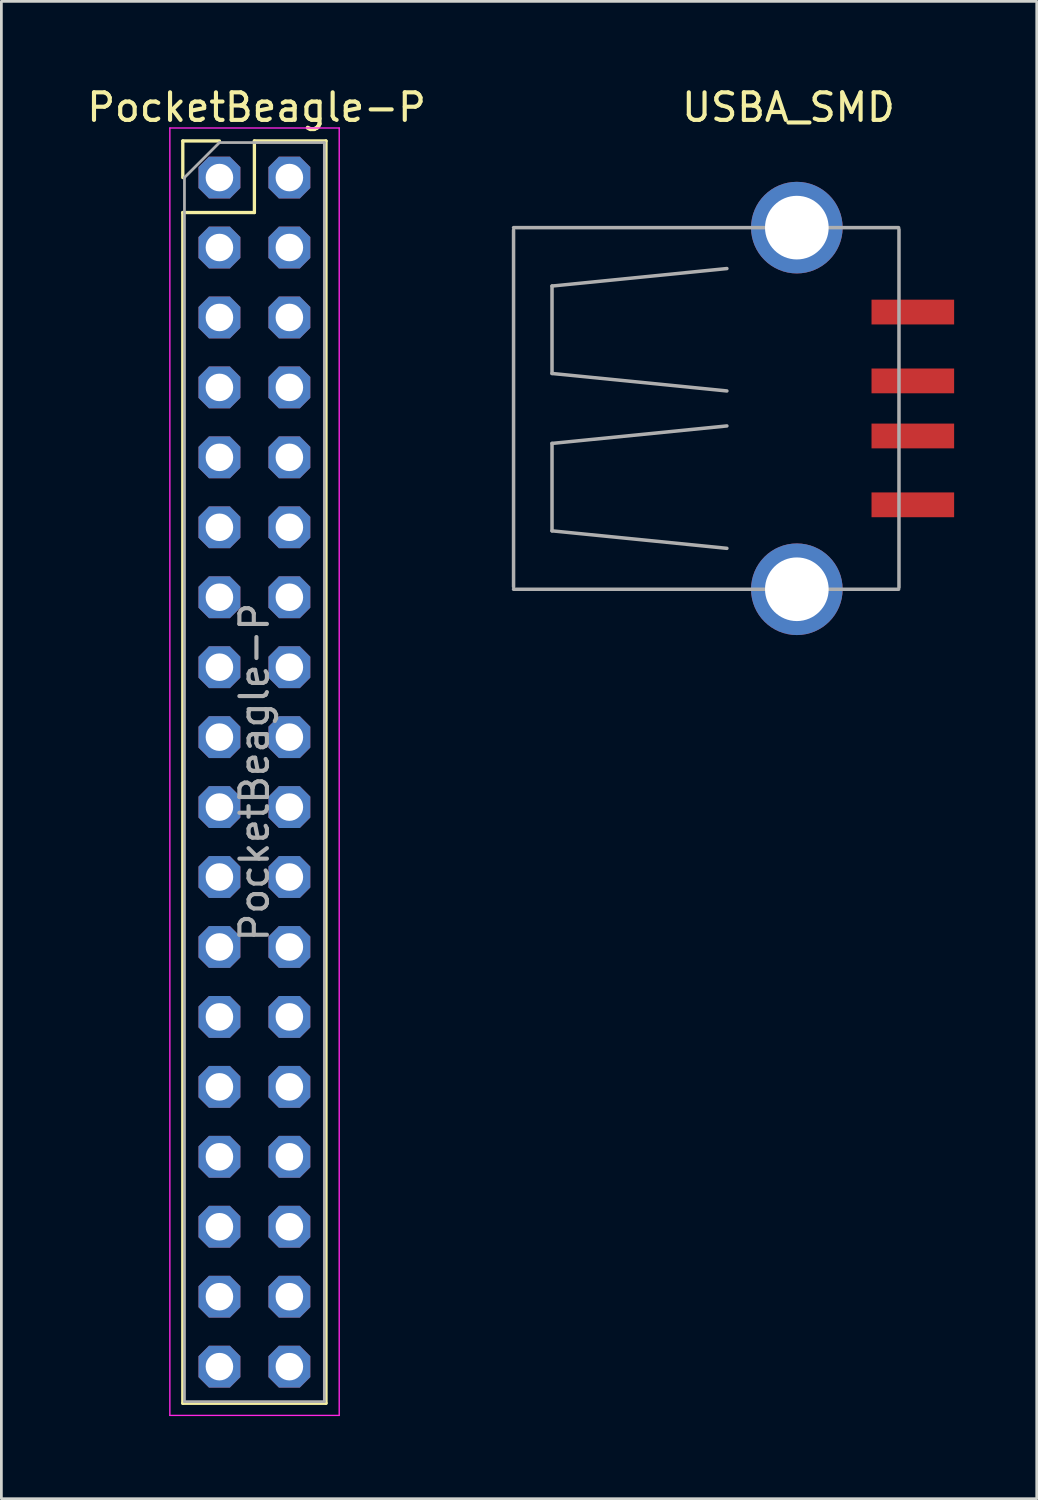
<source format=kicad_pcb>
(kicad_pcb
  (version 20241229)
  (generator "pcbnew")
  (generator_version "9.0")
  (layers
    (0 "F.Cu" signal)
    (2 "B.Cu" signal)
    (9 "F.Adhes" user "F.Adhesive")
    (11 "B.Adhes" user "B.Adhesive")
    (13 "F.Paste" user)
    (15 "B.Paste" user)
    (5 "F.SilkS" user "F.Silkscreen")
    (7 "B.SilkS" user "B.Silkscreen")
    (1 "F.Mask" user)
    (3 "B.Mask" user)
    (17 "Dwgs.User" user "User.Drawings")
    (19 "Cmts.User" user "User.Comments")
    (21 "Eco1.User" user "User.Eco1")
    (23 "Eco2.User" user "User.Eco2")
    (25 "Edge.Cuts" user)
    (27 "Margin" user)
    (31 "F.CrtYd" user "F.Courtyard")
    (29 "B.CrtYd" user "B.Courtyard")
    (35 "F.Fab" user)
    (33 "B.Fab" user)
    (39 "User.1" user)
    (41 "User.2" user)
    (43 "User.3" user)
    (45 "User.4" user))
  (footprint "PocketBeagle-P"
    (layer "F.Cu")
    (at 6.268 1.348)
    (property "Reference" "PocketBeagle-P" (at 0 -0.5 0) (unlocked yes) (layer "F.SilkS") (effects (font (size 1 1) (thickness 0.15))))
    (attr through_hole)
    (fp_line (start -2.68 0.72) (end -1.35 0.72) (stroke (width 0.12) (type solid)) (layer "F.SilkS"))
    (fp_line (start -2.68 2.05) (end -2.68 0.72) (stroke (width 0.12) (type solid)) (layer "F.SilkS"))
    (fp_line (start -2.68 3.32) (end -2.68 46.56) (stroke (width 0.12) (type solid)) (layer "F.SilkS"))
    (fp_line (start -2.68 3.32) (end -0.08 3.32) (stroke (width 0.12) (type solid)) (layer "F.SilkS"))
    (fp_line (start -2.68 46.56) (end 2.52 46.56) (stroke (width 0.12) (type solid)) (layer "F.SilkS"))
    (fp_line (start -0.08 0.72) (end 2.52 0.72) (stroke (width 0.12) (type solid)) (layer "F.SilkS"))
    (fp_line (start -0.08 3.32) (end -0.08 0.72) (stroke (width 0.12) (type solid)) (layer "F.SilkS"))
    (fp_line (start 2.52 0.72) (end 2.52 46.56) (stroke (width 0.12) (type solid)) (layer "F.SilkS"))
    (fp_line (start -3.15 0.25) (end -3.15 47) (stroke (width 0.05) (type solid)) (layer "F.CrtYd"))
    (fp_line (start -3.15 47) (end 3 47) (stroke (width 0.05) (type solid)) (layer "F.CrtYd"))
    (fp_line (start 3 0.25) (end -3.15 0.25) (stroke (width 0.05) (type solid)) (layer "F.CrtYd"))
    (fp_line (start 3 47) (end 3 0.25) (stroke (width 0.05) (type solid)) (layer "F.CrtYd"))
    (fp_line (start -2.62 2.05) (end -1.35 0.78) (stroke (width 0.1) (type solid)) (layer "F.Fab"))
    (fp_line (start -2.62 46.5) (end -2.62 2.05) (stroke (width 0.1) (type solid)) (layer "F.Fab"))
    (fp_line (start -1.35 0.78) (end 2.46 0.78) (stroke (width 0.1) (type solid)) (layer "F.Fab"))
    (fp_line (start 2.46 0.78) (end 2.46 46.5) (stroke (width 0.1) (type solid)) (layer "F.Fab"))
    (fp_line (start 2.46 46.5) (end -2.62 46.5) (stroke (width 0.1) (type solid)) (layer "F.Fab"))
    (fp_text user "${REFERENCE}" (at -0.08 23.64 90) (layer "F.Fab") (effects (font (size 1 1) (thickness 0.15))))
    (pad "1" thru_hole roundrect (at -1.35 2.05) (size 1.52 1.52) (drill 1) (layers "*.Cu" "*.Mask") (roundrect_rratio 0) (chamfer_ratio 0.25) (chamfer top_left top_right bottom_left bottom_right))
    (pad "2" thru_hole roundrect (at 1.19 2.05) (size 1.52 1.52) (drill 1) (layers "*.Cu" "*.Mask") (roundrect_rratio 0) (chamfer_ratio 0.25) (chamfer top_left top_right bottom_left bottom_right))
    (pad "3" thru_hole roundrect (at -1.35 4.59) (size 1.52 1.52) (drill 1) (layers "*.Cu" "*.Mask") (roundrect_rratio 0) (chamfer_ratio 0.25) (chamfer top_left top_right bottom_left bottom_right))
    (pad "4" thru_hole roundrect (at 1.19 4.59) (size 1.52 1.52) (drill 1) (layers "*.Cu" "*.Mask") (roundrect_rratio 0) (chamfer_ratio 0.25) (chamfer top_left top_right bottom_left bottom_right))
    (pad "5" thru_hole roundrect (at -1.35 7.13) (size 1.52 1.52) (drill 1) (layers "*.Cu" "*.Mask") (roundrect_rratio 0) (chamfer_ratio 0.25) (chamfer top_left top_right bottom_left bottom_right))
    (pad "6" thru_hole roundrect (at 1.19 7.13) (size 1.52 1.52) (drill 1) (layers "*.Cu" "*.Mask") (roundrect_rratio 0) (chamfer_ratio 0.25) (chamfer top_left top_right bottom_left bottom_right))
    (pad "7" thru_hole roundrect (at -1.35 9.67) (size 1.52 1.52) (drill 1) (layers "*.Cu" "*.Mask") (roundrect_rratio 0) (chamfer_ratio 0.25) (chamfer top_left top_right bottom_left bottom_right))
    (pad "8" thru_hole roundrect (at 1.19 9.67) (size 1.52 1.52) (drill 1) (layers "*.Cu" "*.Mask") (roundrect_rratio 0) (chamfer_ratio 0.25) (chamfer top_left top_right bottom_left bottom_right))
    (pad "9" thru_hole roundrect (at -1.35 12.21) (size 1.52 1.52) (drill 1) (layers "*.Cu" "*.Mask") (roundrect_rratio 0) (chamfer_ratio 0.25) (chamfer top_left top_right bottom_left bottom_right))
    (pad "10" thru_hole roundrect (at 1.19 12.21) (size 1.52 1.52) (drill 1) (layers "*.Cu" "*.Mask") (roundrect_rratio 0) (chamfer_ratio 0.25) (chamfer top_left top_right bottom_left bottom_right))
    (pad "11" thru_hole roundrect (at -1.35 14.75) (size 1.52 1.52) (drill 1) (layers "*.Cu" "*.Mask") (roundrect_rratio 0) (chamfer_ratio 0.25) (chamfer top_left top_right bottom_left bottom_right))
    (pad "12" thru_hole roundrect (at 1.19 14.75) (size 1.52 1.52) (drill 1) (layers "*.Cu" "*.Mask") (roundrect_rratio 0) (chamfer_ratio 0.25) (chamfer top_left top_right bottom_left bottom_right))
    (pad "13" thru_hole roundrect (at -1.35 17.29) (size 1.52 1.52) (drill 1) (layers "*.Cu" "*.Mask") (roundrect_rratio 0) (chamfer_ratio 0.25) (chamfer top_left top_right bottom_left bottom_right))
    (pad "14" thru_hole roundrect (at 1.19 17.29) (size 1.52 1.52) (drill 1) (layers "*.Cu" "*.Mask") (roundrect_rratio 0) (chamfer_ratio 0.25) (chamfer top_left top_right bottom_left bottom_right))
    (pad "15" thru_hole roundrect (at -1.35 19.83) (size 1.52 1.52) (drill 1) (layers "*.Cu" "*.Mask") (roundrect_rratio 0) (chamfer_ratio 0.25) (chamfer top_left top_right bottom_left bottom_right))
    (pad "16" thru_hole roundrect (at 1.19 19.83) (size 1.52 1.52) (drill 1) (layers "*.Cu" "*.Mask") (roundrect_rratio 0) (chamfer_ratio 0.25) (chamfer top_left top_right bottom_left bottom_right))
    (pad "17" thru_hole roundrect (at -1.35 22.37) (size 1.52 1.52) (drill 1) (layers "*.Cu" "*.Mask") (roundrect_rratio 0) (chamfer_ratio 0.25) (chamfer top_left top_right bottom_left bottom_right))
    (pad "18" thru_hole roundrect (at 1.19 22.37) (size 1.52 1.52) (drill 1) (layers "*.Cu" "*.Mask") (roundrect_rratio 0) (chamfer_ratio 0.25) (chamfer top_left top_right bottom_left bottom_right))
    (pad "19" thru_hole roundrect (at -1.35 24.91) (size 1.52 1.52) (drill 1) (layers "*.Cu" "*.Mask") (roundrect_rratio 0) (chamfer_ratio 0.25) (chamfer top_left top_right bottom_left bottom_right))
    (pad "20" thru_hole roundrect (at 1.19 24.91) (size 1.52 1.52) (drill 1) (layers "*.Cu" "*.Mask") (roundrect_rratio 0) (chamfer_ratio 0.25) (chamfer top_left top_right bottom_left bottom_right))
    (pad "21" thru_hole roundrect (at -1.35 27.45) (size 1.52 1.52) (drill 1) (layers "*.Cu" "*.Mask") (roundrect_rratio 0) (chamfer_ratio 0.25) (chamfer top_left top_right bottom_left bottom_right))
    (pad "22" thru_hole roundrect (at 1.19 27.45) (size 1.52 1.52) (drill 1) (layers "*.Cu" "*.Mask") (roundrect_rratio 0) (chamfer_ratio 0.25) (chamfer top_left top_right bottom_left bottom_right))
    (pad "23" thru_hole roundrect (at -1.35 29.99) (size 1.52 1.52) (drill 1) (layers "*.Cu" "*.Mask") (roundrect_rratio 0) (chamfer_ratio 0.25) (chamfer top_left top_right bottom_left bottom_right))
    (pad "24" thru_hole roundrect (at 1.19 29.99) (size 1.52 1.52) (drill 1) (layers "*.Cu" "*.Mask") (roundrect_rratio 0) (chamfer_ratio 0.25) (chamfer top_left top_right bottom_left bottom_right))
    (pad "25" thru_hole roundrect (at -1.35 32.53) (size 1.52 1.52) (drill 1) (layers "*.Cu" "*.Mask") (roundrect_rratio 0) (chamfer_ratio 0.25) (chamfer top_left top_right bottom_left bottom_right))
    (pad "26" thru_hole roundrect (at 1.19 32.53) (size 1.52 1.52) (drill 1) (layers "*.Cu" "*.Mask") (roundrect_rratio 0) (chamfer_ratio 0.25) (chamfer top_left top_right bottom_left bottom_right))
    (pad "27" thru_hole roundrect (at -1.35 35.07) (size 1.52 1.52) (drill 1) (layers "*.Cu" "*.Mask") (roundrect_rratio 0) (chamfer_ratio 0.25) (chamfer top_left top_right bottom_left bottom_right))
    (pad "28" thru_hole roundrect (at 1.19 35.07) (size 1.52 1.52) (drill 1) (layers "*.Cu" "*.Mask") (roundrect_rratio 0) (chamfer_ratio 0.25) (chamfer top_left top_right bottom_left bottom_right))
    (pad "29" thru_hole roundrect (at -1.35 37.61) (size 1.52 1.52) (drill 1) (layers "*.Cu" "*.Mask") (roundrect_rratio 0) (chamfer_ratio 0.25) (chamfer top_left top_right bottom_left bottom_right))
    (pad "30" thru_hole roundrect (at 1.19 37.61) (size 1.52 1.52) (drill 1) (layers "*.Cu" "*.Mask") (roundrect_rratio 0) (chamfer_ratio 0.25) (chamfer top_left top_right bottom_left bottom_right))
    (pad "31" thru_hole roundrect (at -1.35 40.15) (size 1.52 1.52) (drill 1) (layers "*.Cu" "*.Mask") (roundrect_rratio 0) (chamfer_ratio 0.25) (chamfer top_left top_right bottom_left bottom_right))
    (pad "32" thru_hole roundrect (at 1.19 40.15) (size 1.52 1.52) (drill 1) (layers "*.Cu" "*.Mask") (roundrect_rratio 0) (chamfer_ratio 0.25) (chamfer top_left top_right bottom_left bottom_right))
    (pad "33" thru_hole roundrect (at -1.35 42.69) (size 1.52 1.52) (drill 1) (layers "*.Cu" "*.Mask") (roundrect_rratio 0) (chamfer_ratio 0.25) (chamfer top_left top_right bottom_left bottom_right))
    (pad "34" thru_hole roundrect (at 1.19 42.69) (size 1.52 1.52) (drill 1) (layers "*.Cu" "*.Mask") (roundrect_rratio 0) (chamfer_ratio 0.25) (chamfer top_left top_right bottom_left bottom_right))
    (pad "35" thru_hole roundrect (at -1.35 45.23) (size 1.52 1.52) (drill 1) (layers "*.Cu" "*.Mask") (roundrect_rratio 0) (chamfer_ratio 0.25) (chamfer top_left top_right bottom_left bottom_right))
    (pad "36" thru_hole roundrect (at 1.19 45.23) (size 1.52 1.52) (drill 1) (layers "*.Cu" "*.Mask") (roundrect_rratio 0) (chamfer_ratio 0.25) (chamfer top_left top_right bottom_left bottom_right)))
  (footprint "USBA_SMD"
    (layer "F.Cu")
    (at 25.582 1.348)
    (property "Reference" "USBA_SMD" (at 0 -0.5 0) (unlocked yes) (layer "F.SilkS") (effects (font (size 1 1) (thickness 0.15))))
    (attr smd)
    (fp_line (start -9.983 3.957) (end -9.983 16.911) (stroke (width 0.127) (type solid)) (layer "F.Fab"))
    (fp_line (start -8.586 5.989) (end -8.586 9.164) (stroke (width 0.127) (type solid)) (layer "F.Fab"))
    (fp_line (start -8.586 9.164) (end -2.236 9.799) (stroke (width 0.127) (type solid)) (layer "F.Fab"))
    (fp_line (start -8.586 11.704) (end -2.236 11.069) (stroke (width 0.127) (type solid)) (layer "F.Fab"))
    (fp_line (start -8.586 14.879) (end -8.586 11.704) (stroke (width 0.127) (type solid)) (layer "F.Fab"))
    (fp_line (start -2.236 5.354) (end -8.586 5.989) (stroke (width 0.127) (type solid)) (layer "F.Fab"))
    (fp_line (start -2.236 15.514) (end -8.586 14.879) (stroke (width 0.127) (type solid)) (layer "F.Fab"))
    (fp_line (start 4 3.868) (end -9.983 3.868) (stroke (width 0.127) (type solid)) (layer "F.Fab"))
    (fp_line (start 4 17) (end -9.983 17) (stroke (width 0.127) (type solid)) (layer "F.Fab"))
    (fp_line (start 4.013 3.932) (end 4.013 16.936) (stroke (width 0.127) (type solid)) (layer "F.Fab"))
    (pad "1" smd rect (at 4.516 6.934) (size 3 0.9) (layers "F.Cu" "F.Mask" "F.Paste"))
    (pad "2" smd rect (at 4.516 9.434) (size 3 0.9) (layers "F.Cu" "F.Mask" "F.Paste"))
    (pad "3" smd rect (at 4.516 11.434) (size 3 0.9) (layers "F.Cu" "F.Mask" "F.Paste"))
    (pad "4" smd rect (at 4.516 13.934) (size 3 0.9) (layers "F.Cu" "F.Mask" "F.Paste"))
    (pad "5" thru_hole circle (at 0.304 17 270) (size 3.327 3.327) (drill 2.311) (layers "*.Cu" "*.Mask"))
    (pad "6" thru_hole circle (at 0.304 3.868 270) (size 3.327 3.327) (drill 2.311) (layers "*.Cu" "*.Mask")))
  (gr_rect
    (start -3 -3)
    (end 34.598 51.373)
    (stroke (width 0.1) (type default))
    (fill no)
    (layer "Edge.Cuts")))
</source>
